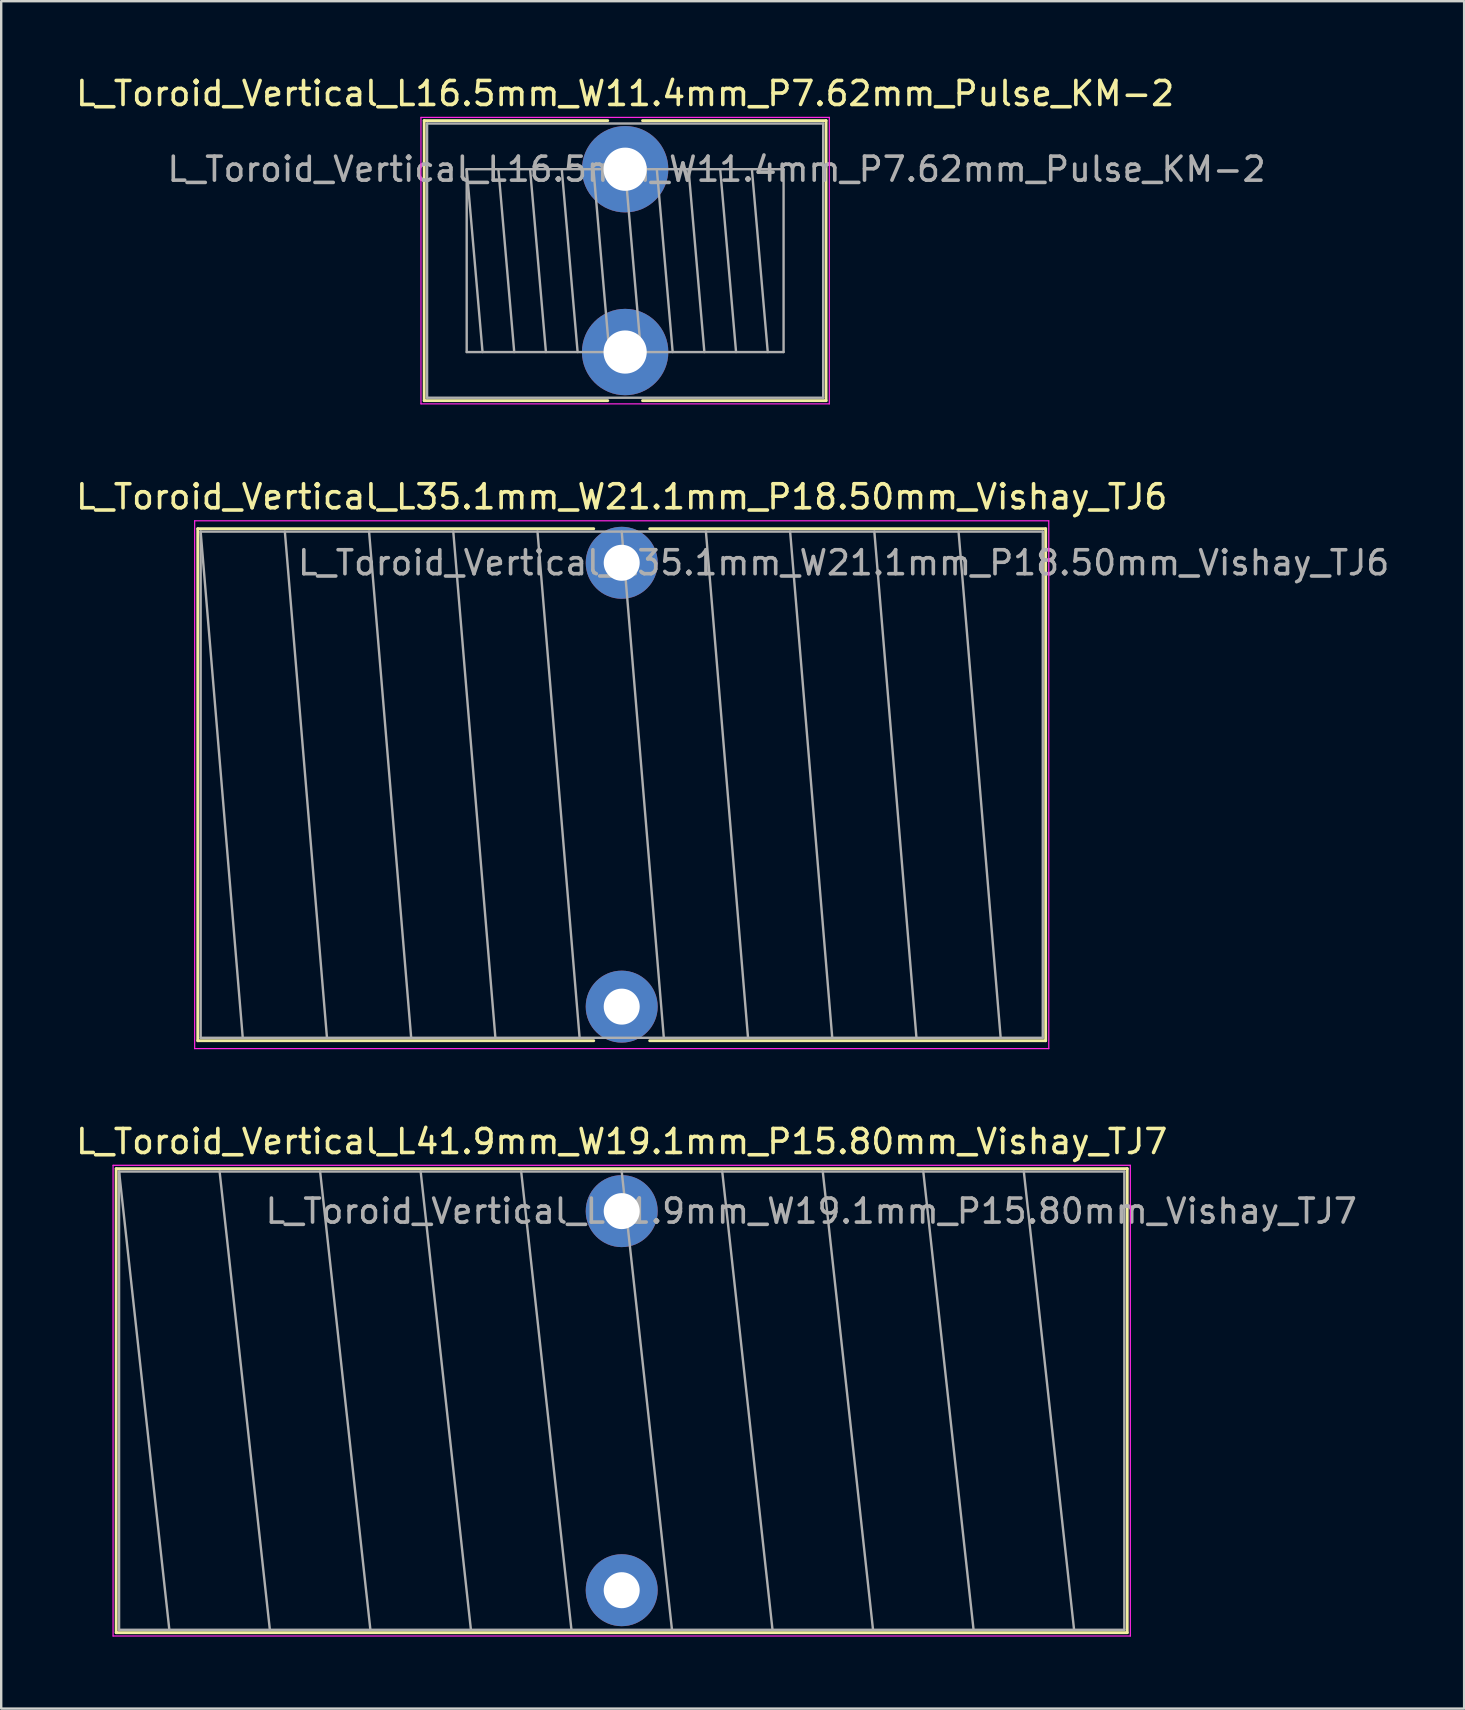
<source format=kicad_pcb>
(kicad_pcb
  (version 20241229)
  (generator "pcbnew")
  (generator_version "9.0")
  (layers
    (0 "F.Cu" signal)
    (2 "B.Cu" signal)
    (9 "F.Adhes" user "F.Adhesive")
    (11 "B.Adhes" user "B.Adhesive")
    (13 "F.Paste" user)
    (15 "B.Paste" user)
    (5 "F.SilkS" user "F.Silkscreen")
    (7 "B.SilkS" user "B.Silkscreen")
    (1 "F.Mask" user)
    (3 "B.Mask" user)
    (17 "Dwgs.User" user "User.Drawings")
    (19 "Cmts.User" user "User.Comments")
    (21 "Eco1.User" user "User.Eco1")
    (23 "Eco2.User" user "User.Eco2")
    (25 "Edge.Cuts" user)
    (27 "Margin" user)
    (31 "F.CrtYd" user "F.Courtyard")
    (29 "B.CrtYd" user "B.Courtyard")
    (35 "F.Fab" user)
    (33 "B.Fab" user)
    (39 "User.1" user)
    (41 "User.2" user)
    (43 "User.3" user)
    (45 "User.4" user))
  (footprint "L_Toroid_Vertical_L16.5mm_W11.4mm_P7.62mm_Pulse_KM-2"
    (layer "F.Cu")
    (at 23.006 4.003)
    (property "Reference" "L_Toroid_Vertical_L16.5mm_W11.4mm_P7.62mm_Pulse_KM-2" (at 0 -3.155 0) (layer "F.SilkS") (effects (font (size 1 1) (thickness 0.15))))
    (attr through_hole)
    (fp_line (start -8.375 -2.025) (end -8.375 9.645) (stroke (width 0.12) (type solid)) (layer "F.SilkS"))
    (fp_line (start -8.375 -2.025) (end -0.725 -2.025) (stroke (width 0.12) (type solid)) (layer "F.SilkS"))
    (fp_line (start -8.375 9.645) (end -0.725 9.645) (stroke (width 0.12) (type solid)) (layer "F.SilkS"))
    (fp_line (start 0.725 -2.025) (end 8.375 -2.025) (stroke (width 0.12) (type solid)) (layer "F.SilkS"))
    (fp_line (start 0.725 9.645) (end 8.375 9.645) (stroke (width 0.12) (type solid)) (layer "F.SilkS"))
    (fp_line (start 8.375 -2.025) (end 8.375 9.645) (stroke (width 0.12) (type solid)) (layer "F.SilkS"))
    (fp_line (start -8.51 -2.16) (end -8.51 9.78) (stroke (width 0.05) (type solid)) (layer "F.CrtYd"))
    (fp_line (start -8.51 9.78) (end 8.51 9.78) (stroke (width 0.05) (type solid)) (layer "F.CrtYd"))
    (fp_line (start 8.51 -2.16) (end -8.51 -2.16) (stroke (width 0.05) (type solid)) (layer "F.CrtYd"))
    (fp_line (start 8.51 9.78) (end 8.51 -2.16) (stroke (width 0.05) (type solid)) (layer "F.CrtYd"))
    (fp_line (start -8.255 -1.905) (end -8.255 9.525) (stroke (width 0.1) (type solid)) (layer "F.Fab"))
    (fp_line (start -8.255 9.525) (end 8.255 9.525) (stroke (width 0.1) (type solid)) (layer "F.Fab"))
    (fp_line (start -6.604 0) (end -6.604 7.62) (stroke (width 0.1) (type solid)) (layer "F.Fab"))
    (fp_line (start -6.604 0) (end -5.944 7.62) (stroke (width 0.1) (type solid)) (layer "F.Fab"))
    (fp_line (start -6.604 7.62) (end 6.604 7.62) (stroke (width 0.1) (type solid)) (layer "F.Fab"))
    (fp_line (start -5.283 0) (end -4.623 7.62) (stroke (width 0.1) (type solid)) (layer "F.Fab"))
    (fp_line (start -3.962 0) (end -3.302 7.62) (stroke (width 0.1) (type solid)) (layer "F.Fab"))
    (fp_line (start -2.642 0) (end -1.981 7.62) (stroke (width 0.1) (type solid)) (layer "F.Fab"))
    (fp_line (start -1.321 0) (end -0.66 7.62) (stroke (width 0.1) (type solid)) (layer "F.Fab"))
    (fp_line (start 0 0) (end 0.66 7.62) (stroke (width 0.1) (type solid)) (layer "F.Fab"))
    (fp_line (start 1.321 0) (end 1.981 7.62) (stroke (width 0.1) (type solid)) (layer "F.Fab"))
    (fp_line (start 2.642 0) (end 3.302 7.62) (stroke (width 0.1) (type solid)) (layer "F.Fab"))
    (fp_line (start 3.962 0) (end 4.623 7.62) (stroke (width 0.1) (type solid)) (layer "F.Fab"))
    (fp_line (start 5.283 0) (end 5.944 7.62) (stroke (width 0.1) (type solid)) (layer "F.Fab"))
    (fp_line (start 6.604 0) (end -6.604 0) (stroke (width 0.1) (type solid)) (layer "F.Fab"))
    (fp_line (start 6.604 7.62) (end 6.604 0) (stroke (width 0.1) (type solid)) (layer "F.Fab"))
    (fp_line (start 8.255 -1.905) (end -8.255 -1.905) (stroke (width 0.1) (type solid)) (layer "F.Fab"))
    (fp_line (start 8.255 9.525) (end 8.255 -1.905) (stroke (width 0.1) (type solid)) (layer "F.Fab"))
    (fp_text user "${REFERENCE}" (at 3.81 0 0) (layer "F.Fab") (effects (font (size 1 1) (thickness 0.15))))
    (pad "1" thru_hole circle (at 0 0) (size 3.6 3.6) (drill 1.8) (layers "*.Cu" "*.Mask"))
    (pad "2" thru_hole circle (at 0 7.62) (size 3.6 3.6) (drill 1.8) (layers "*.Cu" "*.Mask")))
  (footprint "L_Toroid_Vertical_L35.1mm_W21.1mm_P18.50mm_Vishay_TJ6"
    (layer "F.Cu")
    (at 22.863 20.407)
    (property "Reference" "L_Toroid_Vertical_L35.1mm_W21.1mm_P18.50mm_Vishay_TJ6" (at 0 -2.75 0) (layer "F.SilkS") (effects (font (size 1 1) (thickness 0.15))))
    (attr through_hole)
    (fp_line (start -17.67 -1.42) (end -17.67 19.92) (stroke (width 0.12) (type solid)) (layer "F.SilkS"))
    (fp_line (start -17.67 -1.42) (end -1.166 -1.42) (stroke (width 0.12) (type solid)) (layer "F.SilkS"))
    (fp_line (start -17.67 19.92) (end -1.166 19.92) (stroke (width 0.12) (type solid)) (layer "F.SilkS"))
    (fp_line (start 1.166 -1.42) (end 17.67 -1.42) (stroke (width 0.12) (type solid)) (layer "F.SilkS"))
    (fp_line (start 1.166 19.92) (end 17.67 19.92) (stroke (width 0.12) (type solid)) (layer "F.SilkS"))
    (fp_line (start 17.67 -1.42) (end 17.67 19.92) (stroke (width 0.12) (type solid)) (layer "F.SilkS"))
    (fp_line (start -17.8 -1.75) (end -17.8 20.25) (stroke (width 0.05) (type solid)) (layer "F.CrtYd"))
    (fp_line (start -17.8 20.25) (end 17.8 20.25) (stroke (width 0.05) (type solid)) (layer "F.CrtYd"))
    (fp_line (start 17.8 -1.75) (end -17.8 -1.75) (stroke (width 0.05) (type solid)) (layer "F.CrtYd"))
    (fp_line (start 17.8 20.25) (end 17.8 -1.75) (stroke (width 0.05) (type solid)) (layer "F.CrtYd"))
    (fp_line (start -17.55 -1.3) (end -17.55 19.8) (stroke (width 0.1) (type solid)) (layer "F.Fab"))
    (fp_line (start -17.55 -1.3) (end -15.795 19.8) (stroke (width 0.1) (type solid)) (layer "F.Fab"))
    (fp_line (start -17.55 19.8) (end 17.55 19.8) (stroke (width 0.1) (type solid)) (layer "F.Fab"))
    (fp_line (start -14.04 -1.3) (end -12.285 19.8) (stroke (width 0.1) (type solid)) (layer "F.Fab"))
    (fp_line (start -10.53 -1.3) (end -8.775 19.8) (stroke (width 0.1) (type solid)) (layer "F.Fab"))
    (fp_line (start -7.02 -1.3) (end -5.265 19.8) (stroke (width 0.1) (type solid)) (layer "F.Fab"))
    (fp_line (start -3.51 -1.3) (end -1.755 19.8) (stroke (width 0.1) (type solid)) (layer "F.Fab"))
    (fp_line (start 0 -1.3) (end 1.755 19.8) (stroke (width 0.1) (type solid)) (layer "F.Fab"))
    (fp_line (start 3.51 -1.3) (end 5.265 19.8) (stroke (width 0.1) (type solid)) (layer "F.Fab"))
    (fp_line (start 7.02 -1.3) (end 8.775 19.8) (stroke (width 0.1) (type solid)) (layer "F.Fab"))
    (fp_line (start 10.53 -1.3) (end 12.285 19.8) (stroke (width 0.1) (type solid)) (layer "F.Fab"))
    (fp_line (start 14.04 -1.3) (end 15.795 19.8) (stroke (width 0.1) (type solid)) (layer "F.Fab"))
    (fp_line (start 17.55 -1.3) (end -17.55 -1.3) (stroke (width 0.1) (type solid)) (layer "F.Fab"))
    (fp_line (start 17.55 19.8) (end 17.55 -1.3) (stroke (width 0.1) (type solid)) (layer "F.Fab"))
    (fp_text user "${REFERENCE}" (at 9.25 0 0) (layer "F.Fab") (effects (font (size 1 1) (thickness 0.15))))
    (pad "1" thru_hole circle (at 0 0) (size 3 3) (drill 1.5) (layers "*.Cu" "*.Mask"))
    (pad "2" thru_hole circle (at 0 18.5) (size 3 3) (drill 1.5) (layers "*.Cu" "*.Mask")))
  (footprint "L_Toroid_Vertical_L41.9mm_W19.1mm_P15.80mm_Vishay_TJ7"
    (layer "F.Cu")
    (at 22.863 47.43)
    (property "Reference" "L_Toroid_Vertical_L41.9mm_W19.1mm_P15.80mm_Vishay_TJ7" (at 0 -2.9 0) (layer "F.SilkS") (effects (font (size 1 1) (thickness 0.15))))
    (attr through_hole)
    (fp_line (start -21.07 -1.77) (end -21.07 17.57) (stroke (width 0.12) (type solid)) (layer "F.SilkS"))
    (fp_line (start -21.07 -1.77) (end 21.07 -1.77) (stroke (width 0.12) (type solid)) (layer "F.SilkS"))
    (fp_line (start -21.07 17.57) (end 21.07 17.57) (stroke (width 0.12) (type solid)) (layer "F.SilkS"))
    (fp_line (start 21.07 -1.77) (end 21.07 17.57) (stroke (width 0.12) (type solid)) (layer "F.SilkS"))
    (fp_line (start -21.2 -1.91) (end -21.2 17.71) (stroke (width 0.05) (type solid)) (layer "F.CrtYd"))
    (fp_line (start -21.2 17.71) (end 21.2 17.71) (stroke (width 0.05) (type solid)) (layer "F.CrtYd"))
    (fp_line (start 21.2 -1.91) (end -21.2 -1.91) (stroke (width 0.05) (type solid)) (layer "F.CrtYd"))
    (fp_line (start 21.2 17.71) (end 21.2 -1.91) (stroke (width 0.05) (type solid)) (layer "F.CrtYd"))
    (fp_line (start -20.95 -1.65) (end -20.95 17.45) (stroke (width 0.1) (type solid)) (layer "F.Fab"))
    (fp_line (start -20.95 -1.65) (end -18.855 17.45) (stroke (width 0.1) (type solid)) (layer "F.Fab"))
    (fp_line (start -20.95 17.45) (end 20.95 17.45) (stroke (width 0.1) (type solid)) (layer "F.Fab"))
    (fp_line (start -16.76 -1.65) (end -14.665 17.45) (stroke (width 0.1) (type solid)) (layer "F.Fab"))
    (fp_line (start -12.57 -1.65) (end -10.475 17.45) (stroke (width 0.1) (type solid)) (layer "F.Fab"))
    (fp_line (start -8.38 -1.65) (end -6.285 17.45) (stroke (width 0.1) (type solid)) (layer "F.Fab"))
    (fp_line (start -4.19 -1.65) (end -2.095 17.45) (stroke (width 0.1) (type solid)) (layer "F.Fab"))
    (fp_line (start 0 -1.65) (end 2.095 17.45) (stroke (width 0.1) (type solid)) (layer "F.Fab"))
    (fp_line (start 4.19 -1.65) (end 6.285 17.45) (stroke (width 0.1) (type solid)) (layer "F.Fab"))
    (fp_line (start 8.38 -1.65) (end 10.475 17.45) (stroke (width 0.1) (type solid)) (layer "F.Fab"))
    (fp_line (start 12.57 -1.65) (end 14.665 17.45) (stroke (width 0.1) (type solid)) (layer "F.Fab"))
    (fp_line (start 16.76 -1.65) (end 18.855 17.45) (stroke (width 0.1) (type solid)) (layer "F.Fab"))
    (fp_line (start 20.95 -1.65) (end -20.95 -1.65) (stroke (width 0.1) (type solid)) (layer "F.Fab"))
    (fp_line (start 20.95 17.45) (end 20.95 -1.65) (stroke (width 0.1) (type solid)) (layer "F.Fab"))
    (fp_text user "${REFERENCE}" (at 7.9 0 0) (layer "F.Fab") (effects (font (size 1 1) (thickness 0.15))))
    (pad "1" thru_hole circle (at 0 0) (size 3 3) (drill 1.5) (layers "*.Cu" "*.Mask"))
    (pad "2" thru_hole circle (at 0 15.8) (size 3 3) (drill 1.5) (layers "*.Cu" "*.Mask")))
  (gr_rect
    (start -3 -3)
    (end 57.976 68.165)
    (stroke (width 0.1) (type default))
    (fill no)
    (layer "Edge.Cuts")))
</source>
